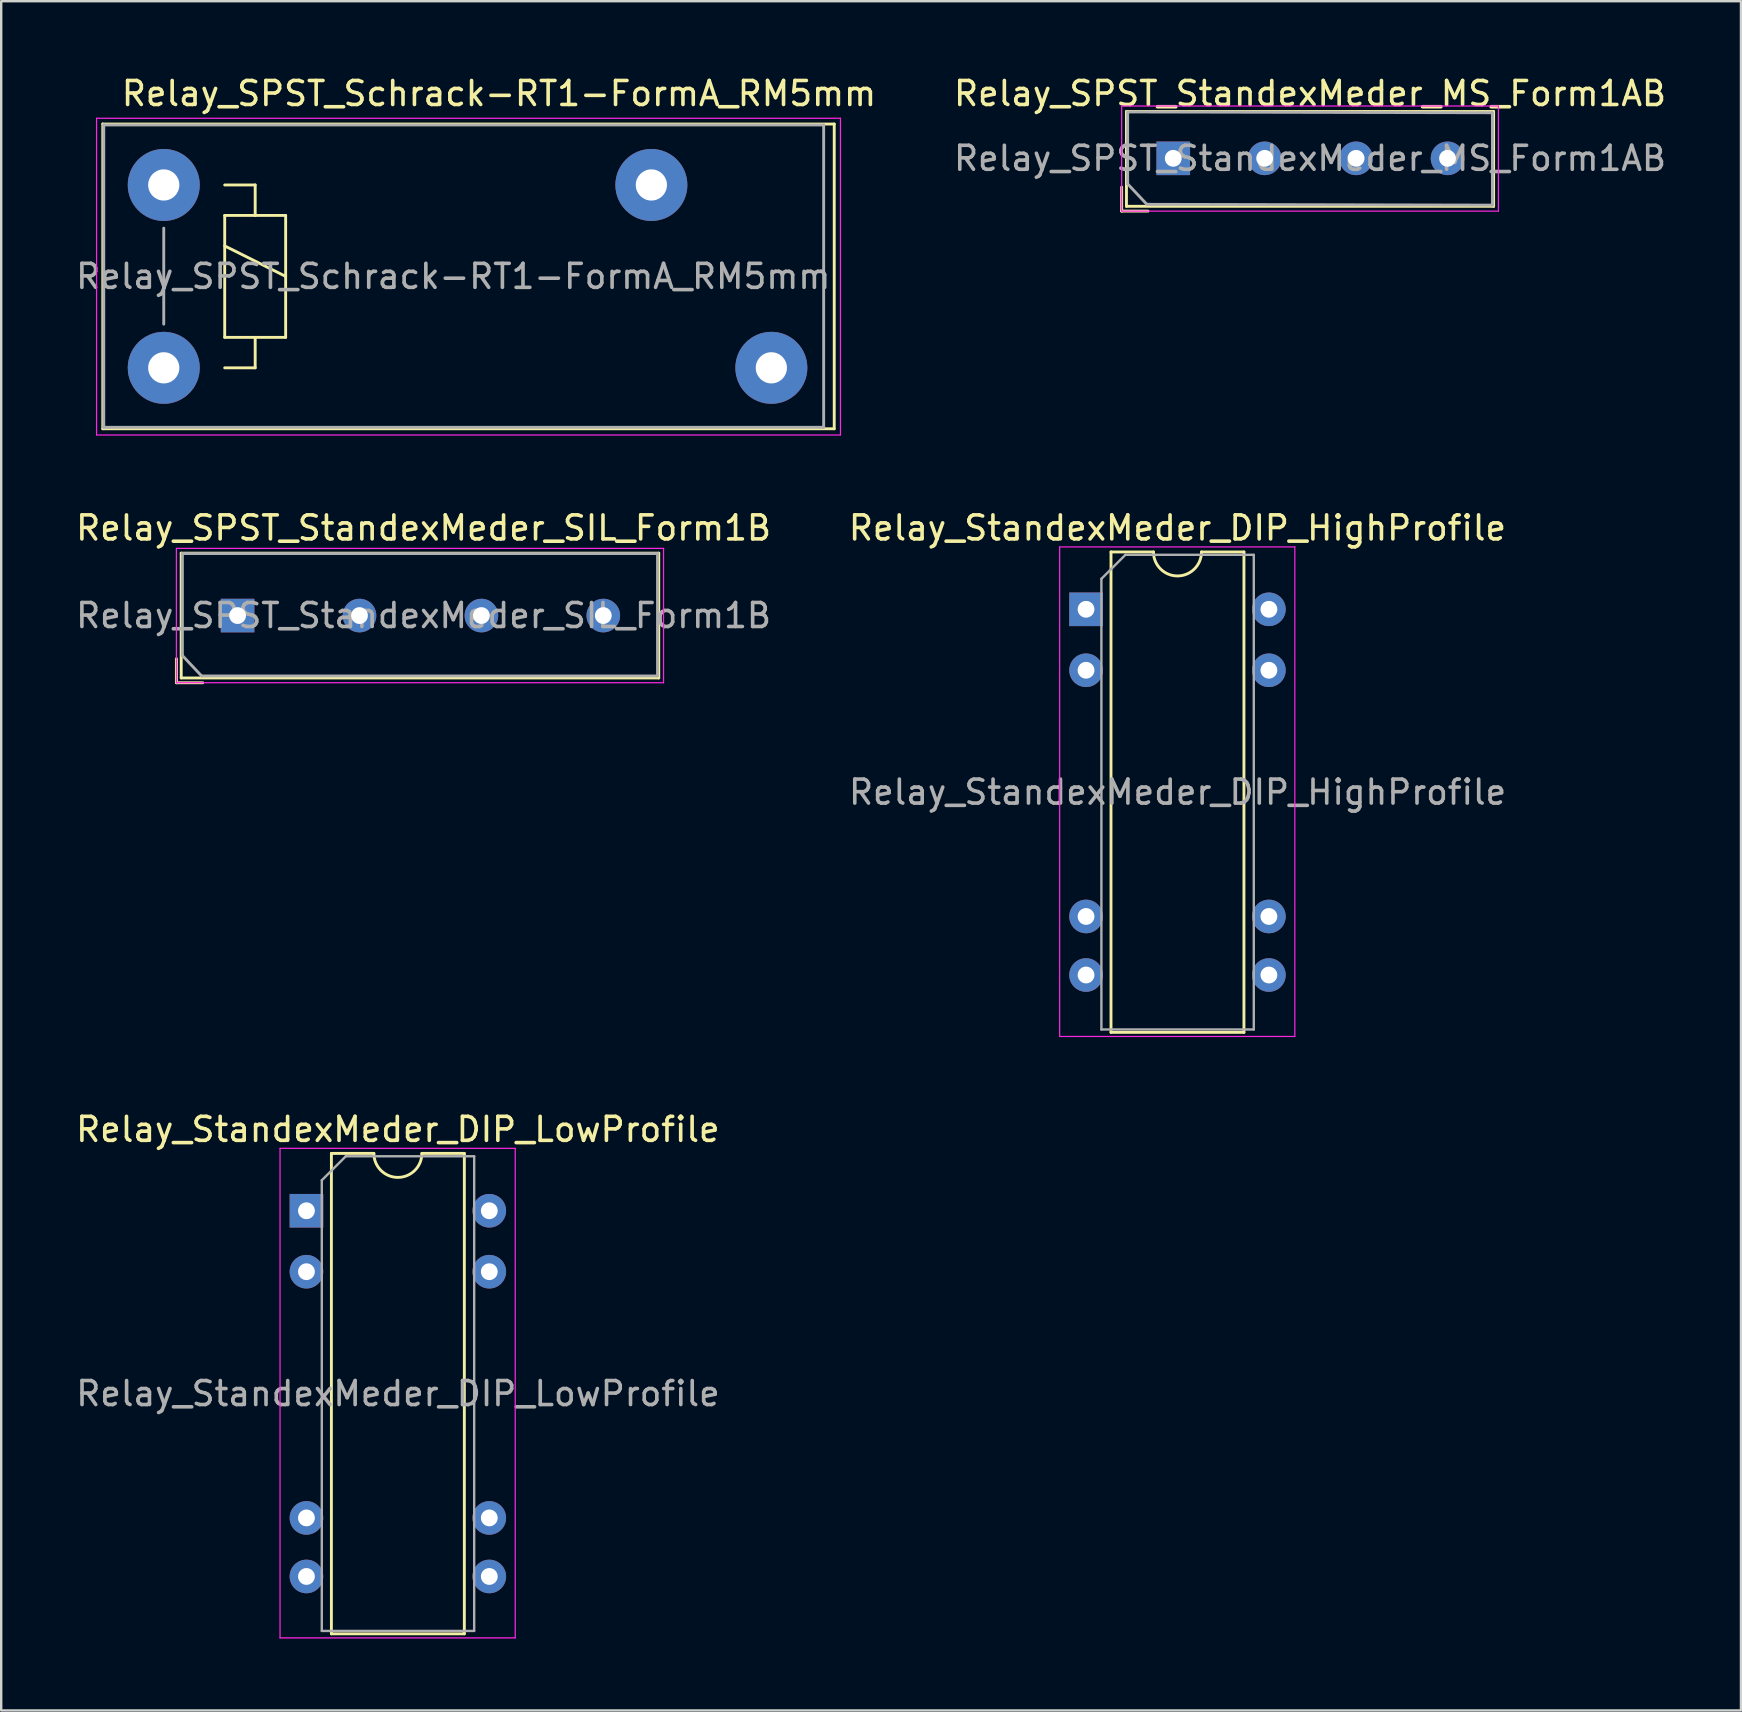
<source format=kicad_pcb>
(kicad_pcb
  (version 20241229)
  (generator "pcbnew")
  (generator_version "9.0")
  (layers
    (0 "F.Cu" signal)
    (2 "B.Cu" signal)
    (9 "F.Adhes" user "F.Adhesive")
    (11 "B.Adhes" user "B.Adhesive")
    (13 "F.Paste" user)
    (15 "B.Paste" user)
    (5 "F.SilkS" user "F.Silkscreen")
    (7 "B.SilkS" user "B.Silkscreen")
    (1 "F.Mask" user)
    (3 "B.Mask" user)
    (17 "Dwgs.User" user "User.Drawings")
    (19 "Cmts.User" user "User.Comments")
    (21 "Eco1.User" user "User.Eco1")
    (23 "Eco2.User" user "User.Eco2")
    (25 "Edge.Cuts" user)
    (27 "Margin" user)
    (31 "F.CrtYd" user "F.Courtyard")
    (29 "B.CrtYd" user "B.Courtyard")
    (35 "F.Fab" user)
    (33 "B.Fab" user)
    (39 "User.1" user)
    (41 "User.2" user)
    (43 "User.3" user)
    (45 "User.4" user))
  (footprint "Relay_SPST_StandexMeder_MS_Form1AB"
    (layer "F.Cu")
    (at 45.842 3.548)
    (property "Reference" "Relay_SPST_StandexMeder_MS_Form1AB" (at 5.7 -2.7 0) (layer "F.SilkS") (effects (font (size 1 1) (thickness 0.15))))
    (attr through_hole)
    (fp_line (start -2.15 2.2) (end -2.15 1.2) (stroke (width 0.12) (type solid)) (layer "F.SilkS"))
    (fp_line (start -1.95 -1.95) (end 13.35 -1.95) (stroke (width 0.12) (type solid)) (layer "F.SilkS"))
    (fp_line (start -1.95 2) (end -1.95 -1.95) (stroke (width 0.12) (type solid)) (layer "F.SilkS"))
    (fp_line (start -1.05 2.2) (end -2.15 2.2) (stroke (width 0.12) (type solid)) (layer "F.SilkS"))
    (fp_line (start 13.35 -1.95) (end 13.35 2) (stroke (width 0.12) (type solid)) (layer "F.SilkS"))
    (fp_line (start 13.35 2) (end -1.95 2) (stroke (width 0.12) (type solid)) (layer "F.SilkS"))
    (fp_line (start -2.15 -2.18) (end -2.15 2.2) (stroke (width 0.05) (type solid)) (layer "F.CrtYd"))
    (fp_line (start -2.15 -2.18) (end 13.55 -2.18) (stroke (width 0.05) (type solid)) (layer "F.CrtYd"))
    (fp_line (start 13.55 2.2) (end -2.15 2.2) (stroke (width 0.05) (type solid)) (layer "F.CrtYd"))
    (fp_line (start 13.55 2.2) (end 13.55 -2.18) (stroke (width 0.05) (type solid)) (layer "F.CrtYd"))
    (fp_line (start -1.9 -1.933) (end 13.3 -1.9) (stroke (width 0.12) (type solid)) (layer "F.Fab"))
    (fp_line (start -1.9 1.067) (end -1.9 -1.9) (stroke (width 0.12) (type solid)) (layer "F.Fab"))
    (fp_line (start -1.1 1.917) (end -1.9 1.067) (stroke (width 0.12) (type solid)) (layer "F.Fab"))
    (fp_line (start 13.3 -1.9) (end 13.3 1.95) (stroke (width 0.12) (type solid)) (layer "F.Fab"))
    (fp_line (start 13.3 1.95) (end -1.1 1.917) (stroke (width 0.12) (type solid)) (layer "F.Fab"))
    (fp_text user "${REFERENCE}" (at 5.7 0 0) (layer "F.Fab") (effects (font (size 1 1) (thickness 0.15))))
    (pad "1" thru_hole rect (at 0 0) (size 1.4 1.4) (drill 0.7) (layers "*.Cu" "*.Mask"))
    (pad "3" thru_hole circle (at 3.81 0) (size 1.4 1.4) (drill 0.7) (layers "*.Cu" "*.Mask"))
    (pad "5" thru_hole circle (at 7.62 0) (size 1.4 1.4) (drill 0.7) (layers "*.Cu" "*.Mask"))
    (pad "7" thru_hole circle (at 11.43 0) (size 1.4 1.4) (drill 0.7) (layers "*.Cu" "*.Mask")))
  (footprint "Relay_SPST_Schrack-RT1-FormA_RM5mm"
    (layer "F.Cu")
    (at 3.774 4.658)
    (property "Reference" "Relay_SPST_Schrack-RT1-FormA_RM5mm" (at 13.97 -3.81 0) (layer "F.SilkS") (effects (font (size 1 1) (thickness 0.15))))
    (attr through_hole)
    (fp_line (start -2.54 -2.54) (end 27.94 -2.54) (stroke (width 0.12) (type solid)) (layer "F.SilkS"))
    (fp_line (start -2.54 10.16) (end -2.54 -2.54) (stroke (width 0.12) (type solid)) (layer "F.SilkS"))
    (fp_line (start 2.54 0) (end 3.81 0) (stroke (width 0.12) (type solid)) (layer "F.SilkS"))
    (fp_line (start 2.54 1.27) (end 3.81 1.27) (stroke (width 0.12) (type solid)) (layer "F.SilkS"))
    (fp_line (start 2.54 2.54) (end 5.08 3.81) (stroke (width 0.12) (type solid)) (layer "F.SilkS"))
    (fp_line (start 2.54 6.35) (end 2.54 1.27) (stroke (width 0.12) (type solid)) (layer "F.SilkS"))
    (fp_line (start 3.81 0) (end 3.81 1.27) (stroke (width 0.12) (type solid)) (layer "F.SilkS"))
    (fp_line (start 3.81 1.27) (end 5.08 1.27) (stroke (width 0.12) (type solid)) (layer "F.SilkS"))
    (fp_line (start 3.81 6.35) (end 3.81 7.62) (stroke (width 0.12) (type solid)) (layer "F.SilkS"))
    (fp_line (start 3.81 7.62) (end 2.54 7.62) (stroke (width 0.12) (type solid)) (layer "F.SilkS"))
    (fp_line (start 5.08 1.27) (end 5.08 6.35) (stroke (width 0.12) (type solid)) (layer "F.SilkS"))
    (fp_line (start 5.08 6.35) (end 2.54 6.35) (stroke (width 0.12) (type solid)) (layer "F.SilkS"))
    (fp_line (start 27.94 -2.54) (end 27.94 10.16) (stroke (width 0.12) (type solid)) (layer "F.SilkS"))
    (fp_line (start 27.94 10.16) (end -2.54 10.16) (stroke (width 0.12) (type solid)) (layer "F.SilkS"))
    (fp_line (start -2.8 -2.78) (end 28.2 -2.78) (stroke (width 0.05) (type solid)) (layer "F.CrtYd"))
    (fp_line (start -2.8 10.42) (end -2.8 -2.78) (stroke (width 0.05) (type solid)) (layer "F.CrtYd"))
    (fp_line (start 28.2 -2.78) (end 28.2 10.42) (stroke (width 0.05) (type solid)) (layer "F.CrtYd"))
    (fp_line (start 28.2 10.42) (end -2.8 10.42) (stroke (width 0.05) (type solid)) (layer "F.CrtYd"))
    (fp_line (start -2.5 -2.5) (end 27.5 -2.5) (stroke (width 0.12) (type solid)) (layer "F.Fab"))
    (fp_line (start -2.5 10.1) (end -2.5 -2.5) (stroke (width 0.12) (type solid)) (layer "F.Fab"))
    (fp_line (start 0 1.8) (end 0 5.8) (stroke (width 0.12) (type solid)) (layer "F.Fab"))
    (fp_line (start 27.5 -2.5) (end 27.5 10.1) (stroke (width 0.12) (type solid)) (layer "F.Fab"))
    (fp_line (start 27.5 10.1) (end -2.5 10.1) (stroke (width 0.12) (type solid)) (layer "F.Fab"))
    (fp_text user "${REFERENCE}" (at 12.065 3.81 0) (layer "F.Fab") (effects (font (size 1 1) (thickness 0.15))))
    (pad "11" thru_hole circle (at 20.32 0) (size 3 3) (drill 1.3) (layers "*.Cu" "*.Mask"))
    (pad "14" thru_hole circle (at 25.32 7.62) (size 3 3) (drill 1.3) (layers "*.Cu" "*.Mask"))
    (pad "A1" thru_hole circle (at 0 0) (size 3 3) (drill 1.3) (layers "*.Cu" "*.Mask"))
    (pad "A2" thru_hole circle (at 0 7.62) (size 3 3) (drill 1.3) (layers "*.Cu" "*.Mask")))
  (footprint "Relay_StandexMeder_DIP_HighProfile"
    (layer "F.Cu")
    (at 42.208 22.341)
    (property "Reference" "Relay_StandexMeder_DIP_HighProfile" (at 3.81 -3.39 0) (layer "F.SilkS") (effects (font (size 1 1) (thickness 0.15))))
    (attr through_hole)
    (fp_line (start 1.04 -2.39) (end 1.04 17.63) (stroke (width 0.12) (type solid)) (layer "F.SilkS"))
    (fp_line (start 1.04 17.63) (end 6.58 17.63) (stroke (width 0.12) (type solid)) (layer "F.SilkS"))
    (fp_line (start 2.81 -2.39) (end 1.04 -2.39) (stroke (width 0.12) (type solid)) (layer "F.SilkS"))
    (fp_line (start 6.58 -2.39) (end 4.81 -2.39) (stroke (width 0.12) (type solid)) (layer "F.SilkS"))
    (fp_line (start 6.58 17.63) (end 6.58 -2.39) (stroke (width 0.12) (type solid)) (layer "F.SilkS"))
    (fp_arc (start 4.81 -2.39) (mid 3.81 -1.39) (end 2.81 -2.39) (stroke (width 0.12) (type solid)) (layer "F.SilkS"))
    (fp_line (start -1.1 -2.6) (end -1.1 17.8) (stroke (width 0.05) (type solid)) (layer "F.CrtYd"))
    (fp_line (start -1.1 17.8) (end 8.7 17.8) (stroke (width 0.05) (type solid)) (layer "F.CrtYd"))
    (fp_line (start 8.7 -2.6) (end -1.1 -2.6) (stroke (width 0.05) (type solid)) (layer "F.CrtYd"))
    (fp_line (start 8.7 17.8) (end 8.7 -2.6) (stroke (width 0.05) (type solid)) (layer "F.CrtYd"))
    (fp_line (start 0.64 -1.27) (end 1.64 -2.27) (stroke (width 0.1) (type solid)) (layer "F.Fab"))
    (fp_line (start 0.64 17.51) (end 0.64 -1.27) (stroke (width 0.1) (type solid)) (layer "F.Fab"))
    (fp_line (start 1.64 -2.27) (end 6.99 -2.27) (stroke (width 0.1) (type solid)) (layer "F.Fab"))
    (fp_line (start 6.99 -2.27) (end 6.99 17.51) (stroke (width 0.1) (type solid)) (layer "F.Fab"))
    (fp_line (start 6.99 17.51) (end 0.64 17.51) (stroke (width 0.1) (type solid)) (layer "F.Fab"))
    (fp_text user "${REFERENCE}" (at 3.815 7.62 0) (layer "F.Fab") (effects (font (size 1 1) (thickness 0.15))))
    (pad "1" thru_hole rect (at 0 0) (size 1.4 1.4) (drill 0.7) (layers "*.Cu" "*.Mask"))
    (pad "2" thru_hole circle (at 0 2.54) (size 1.4 1.4) (drill 0.7) (layers "*.Cu" "*.Mask"))
    (pad "6" thru_hole circle (at 0 12.8) (size 1.4 1.4) (drill 0.7) (layers "*.Cu" "*.Mask"))
    (pad "7" thru_hole circle (at 0 15.24) (size 1.4 1.4) (drill 0.7) (layers "*.Cu" "*.Mask"))
    (pad "8" thru_hole circle (at 7.62 15.24) (size 1.4 1.4) (drill 0.7) (layers "*.Cu" "*.Mask"))
    (pad "9" thru_hole circle (at 7.62 12.8) (size 1.4 1.4) (drill 0.7) (layers "*.Cu" "*.Mask"))
    (pad "13" thru_hole circle (at 7.62 2.54) (size 1.4 1.4) (drill 0.7) (layers "*.Cu" "*.Mask"))
    (pad "14" thru_hole circle (at 7.62 0) (size 1.4 1.4) (drill 0.7) (layers "*.Cu" "*.Mask")))
  (footprint "Relay_SPST_StandexMeder_SIL_Form1B"
    (layer "F.Cu")
    (at 6.851 22.602)
    (property "Reference" "Relay_SPST_StandexMeder_SIL_Form1B" (at 7.75 -3.65 0) (layer "F.SilkS") (effects (font (size 1 1) (thickness 0.15))))
    (attr through_hole)
    (fp_line (start -2.55 2.8) (end -2.55 1.8) (stroke (width 0.12) (type solid)) (layer "F.SilkS"))
    (fp_line (start -2.35 -2.6) (end 17.55 -2.6) (stroke (width 0.12) (type solid)) (layer "F.SilkS"))
    (fp_line (start -2.35 2.6) (end -2.35 -2.6) (stroke (width 0.12) (type solid)) (layer "F.SilkS"))
    (fp_line (start -1.45 2.8) (end -2.55 2.8) (stroke (width 0.12) (type solid)) (layer "F.SilkS"))
    (fp_line (start 17.55 -2.6) (end 17.55 2.6) (stroke (width 0.12) (type solid)) (layer "F.SilkS"))
    (fp_line (start 17.55 2.6) (end -2.35 2.6) (stroke (width 0.12) (type solid)) (layer "F.SilkS"))
    (fp_line (start -2.55 -2.8) (end -2.55 2.8) (stroke (width 0.05) (type solid)) (layer "F.CrtYd"))
    (fp_line (start -2.55 -2.8) (end 17.75 -2.8) (stroke (width 0.05) (type solid)) (layer "F.CrtYd"))
    (fp_line (start 17.75 2.8) (end -2.55 2.8) (stroke (width 0.05) (type solid)) (layer "F.CrtYd"))
    (fp_line (start 17.75 2.8) (end 17.75 -2.8) (stroke (width 0.05) (type solid)) (layer "F.CrtYd"))
    (fp_line (start -2.3 -2.583) (end 17.5 -2.583) (stroke (width 0.12) (type solid)) (layer "F.Fab"))
    (fp_line (start -2.3 1.667) (end -2.3 -2.583) (stroke (width 0.12) (type solid)) (layer "F.Fab"))
    (fp_line (start -1.5 2.517) (end -2.3 1.667) (stroke (width 0.12) (type solid)) (layer "F.Fab"))
    (fp_line (start 17.5 -2.583) (end 17.5 2.517) (stroke (width 0.12) (type solid)) (layer "F.Fab"))
    (fp_line (start 17.5 2.517) (end -1.5 2.517) (stroke (width 0.12) (type solid)) (layer "F.Fab"))
    (fp_text user "${REFERENCE}" (at 7.75 0 0) (layer "F.Fab") (effects (font (size 1 1) (thickness 0.15))))
    (pad "1" thru_hole rect (at 0 0) (size 1.4 1.4) (drill 0.7) (layers "*.Cu" "*.Mask"))
    (pad "3" thru_hole circle (at 5.08 0) (size 1.4 1.4) (drill 0.7) (layers "*.Cu" "*.Mask"))
    (pad "5" thru_hole circle (at 10.16 0) (size 1.4 1.4) (drill 0.7) (layers "*.Cu" "*.Mask"))
    (pad "7" thru_hole circle (at 15.24 0) (size 1.4 1.4) (drill 0.7) (layers "*.Cu" "*.Mask")))
  (footprint "Relay_StandexMeder_DIP_LowProfile"
    (layer "F.Cu")
    (at 9.72 47.405)
    (property "Reference" "Relay_StandexMeder_DIP_LowProfile" (at 3.81 -3.39 0) (layer "F.SilkS") (effects (font (size 1 1) (thickness 0.15))))
    (attr through_hole)
    (fp_line (start 1.04 -2.39) (end 1.04 17.63) (stroke (width 0.12) (type solid)) (layer "F.SilkS"))
    (fp_line (start 1.04 17.63) (end 6.58 17.63) (stroke (width 0.12) (type solid)) (layer "F.SilkS"))
    (fp_line (start 2.81 -2.39) (end 1.04 -2.39) (stroke (width 0.12) (type solid)) (layer "F.SilkS"))
    (fp_line (start 6.58 -2.39) (end 4.81 -2.39) (stroke (width 0.12) (type solid)) (layer "F.SilkS"))
    (fp_line (start 6.58 17.63) (end 6.58 -2.39) (stroke (width 0.12) (type solid)) (layer "F.SilkS"))
    (fp_arc (start 4.81 -2.39) (mid 3.81 -1.39) (end 2.81 -2.39) (stroke (width 0.12) (type solid)) (layer "F.SilkS"))
    (fp_line (start -1.1 -2.6) (end -1.1 17.8) (stroke (width 0.05) (type solid)) (layer "F.CrtYd"))
    (fp_line (start -1.1 17.8) (end 8.7 17.8) (stroke (width 0.05) (type solid)) (layer "F.CrtYd"))
    (fp_line (start 8.7 -2.6) (end -1.1 -2.6) (stroke (width 0.05) (type solid)) (layer "F.CrtYd"))
    (fp_line (start 8.7 17.8) (end 8.7 -2.6) (stroke (width 0.05) (type solid)) (layer "F.CrtYd"))
    (fp_line (start 0.64 -1.27) (end 1.64 -2.27) (stroke (width 0.1) (type solid)) (layer "F.Fab"))
    (fp_line (start 0.64 17.51) (end 0.64 -1.27) (stroke (width 0.1) (type solid)) (layer "F.Fab"))
    (fp_line (start 1.64 -2.27) (end 6.99 -2.27) (stroke (width 0.1) (type solid)) (layer "F.Fab"))
    (fp_line (start 6.99 -2.27) (end 6.99 17.51) (stroke (width 0.1) (type solid)) (layer "F.Fab"))
    (fp_line (start 6.99 17.51) (end 0.64 17.51) (stroke (width 0.1) (type solid)) (layer "F.Fab"))
    (fp_text user "${REFERENCE}" (at 3.815 7.62 0) (layer "F.Fab") (effects (font (size 1 1) (thickness 0.15))))
    (pad "1" thru_hole rect (at 0 0) (size 1.4 1.4) (drill 0.7) (layers "*.Cu" "*.Mask"))
    (pad "2" thru_hole circle (at 0 2.54) (size 1.4 1.4) (drill 0.7) (layers "*.Cu" "*.Mask"))
    (pad "6" thru_hole circle (at 0 12.8) (size 1.4 1.4) (drill 0.7) (layers "*.Cu" "*.Mask"))
    (pad "7" thru_hole circle (at 0 15.24) (size 1.4 1.4) (drill 0.7) (layers "*.Cu" "*.Mask"))
    (pad "8" thru_hole circle (at 7.62 15.24) (size 1.4 1.4) (drill 0.7) (layers "*.Cu" "*.Mask"))
    (pad "9" thru_hole circle (at 7.62 12.8) (size 1.4 1.4) (drill 0.7) (layers "*.Cu" "*.Mask"))
    (pad "13" thru_hole circle (at 7.62 2.54) (size 1.4 1.4) (drill 0.7) (layers "*.Cu" "*.Mask"))
    (pad "14" thru_hole circle (at 7.62 0) (size 1.4 1.4) (drill 0.7) (layers "*.Cu" "*.Mask")))
  (gr_rect
    (start -3 -3)
    (end 69.5 68.23)
    (stroke (width 0.1) (type default))
    (fill no)
    (layer "Edge.Cuts")))
</source>
